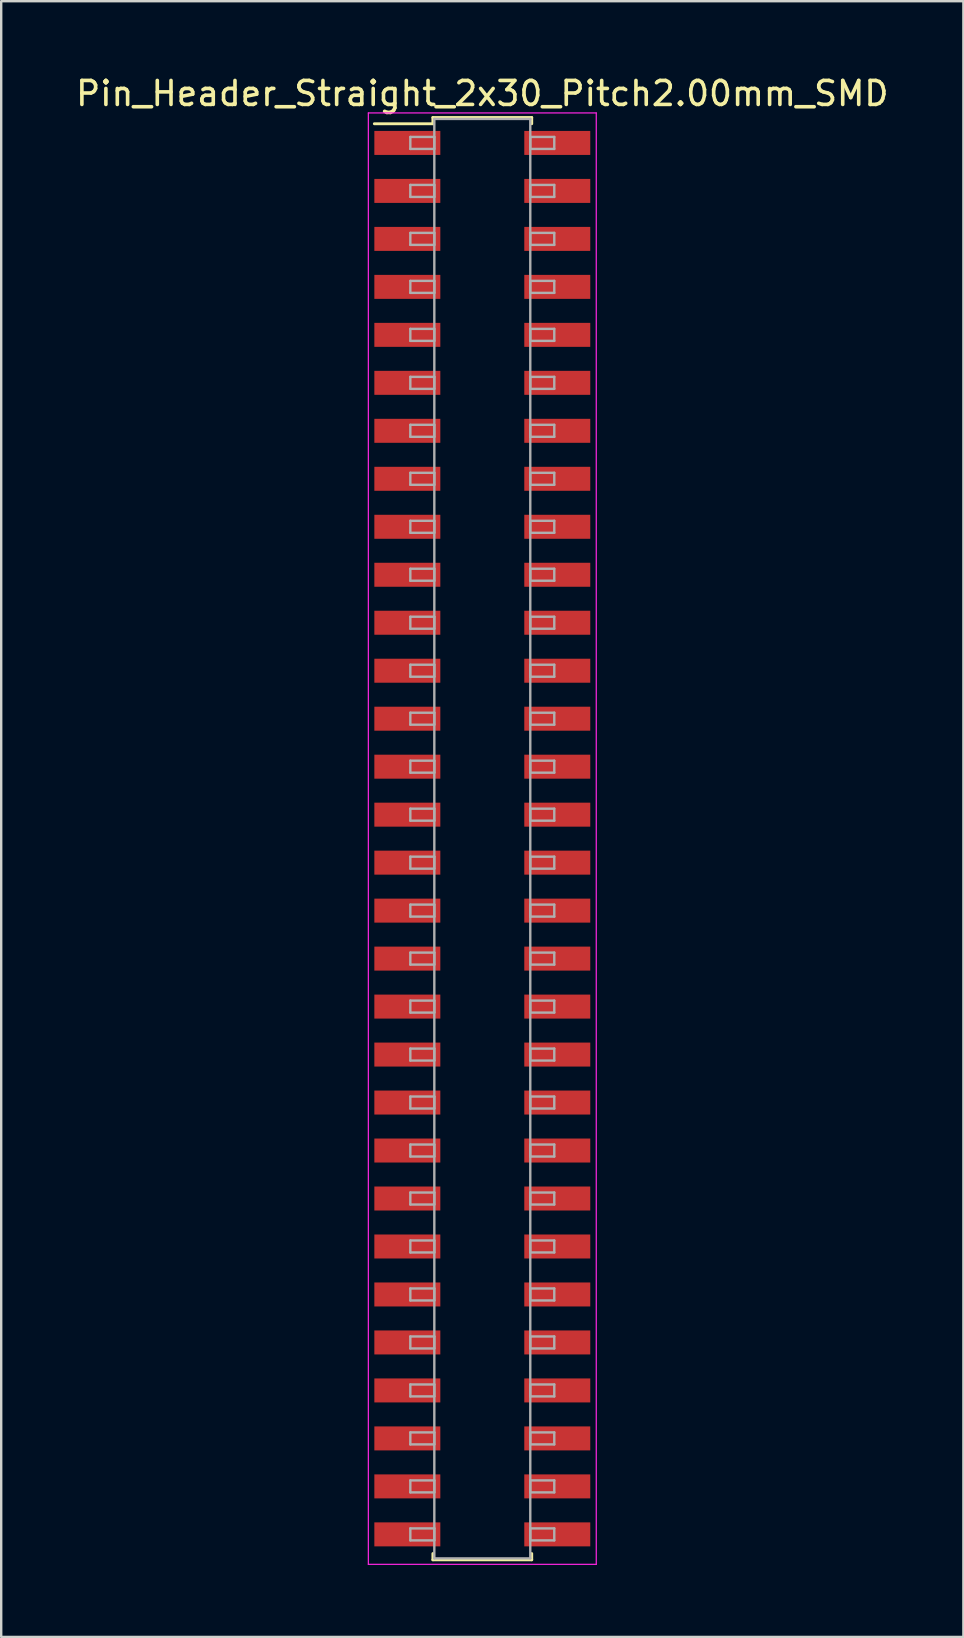
<source format=kicad_pcb>
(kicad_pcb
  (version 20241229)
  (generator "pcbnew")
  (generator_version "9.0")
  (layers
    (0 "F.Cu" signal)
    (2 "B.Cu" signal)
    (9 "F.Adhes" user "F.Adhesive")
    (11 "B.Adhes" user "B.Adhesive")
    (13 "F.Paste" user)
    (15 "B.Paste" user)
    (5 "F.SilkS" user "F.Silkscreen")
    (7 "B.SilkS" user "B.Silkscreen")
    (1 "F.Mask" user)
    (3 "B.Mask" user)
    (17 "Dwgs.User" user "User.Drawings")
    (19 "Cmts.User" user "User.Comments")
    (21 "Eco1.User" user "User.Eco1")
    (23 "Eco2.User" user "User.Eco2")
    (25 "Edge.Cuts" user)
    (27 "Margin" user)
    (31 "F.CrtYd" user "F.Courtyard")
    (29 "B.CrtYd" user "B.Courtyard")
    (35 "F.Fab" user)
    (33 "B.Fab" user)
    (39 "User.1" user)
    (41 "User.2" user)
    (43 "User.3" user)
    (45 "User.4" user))
  (footprint "Pin_Header_Straight_2x30_Pitch2.00mm_SMD"
    (layer "F.Cu")
    (at 17.054 31.908)
    (property "Reference" "Pin_Header_Straight_2x30_Pitch2.00mm_SMD" (at 0 -31.06 0) (layer "F.SilkS") (effects (font (size 1 1) (thickness 0.15))))
    (attr smd)
    (fp_line (start -4.5 -29.8) (end -2.06 -29.8) (stroke (width 0.12) (type solid)) (layer "F.SilkS"))
    (fp_line (start -2.06 -30.06) (end 2.06 -30.06) (stroke (width 0.12) (type solid)) (layer "F.SilkS"))
    (fp_line (start -2.06 -29.8) (end -2.06 -30.06) (stroke (width 0.12) (type solid)) (layer "F.SilkS"))
    (fp_line (start -2.06 29.8) (end -2.06 30.06) (stroke (width 0.12) (type solid)) (layer "F.SilkS"))
    (fp_line (start -2.06 30.06) (end 2.06 30.06) (stroke (width 0.12) (type solid)) (layer "F.SilkS"))
    (fp_line (start 2.06 -30.06) (end 2.06 -29.8) (stroke (width 0.12) (type solid)) (layer "F.SilkS"))
    (fp_line (start 2.06 30.06) (end 2.06 29.8) (stroke (width 0.12) (type solid)) (layer "F.SilkS"))
    (fp_line (start -4.75 -30.25) (end -4.75 30.25) (stroke (width 0.05) (type solid)) (layer "F.CrtYd"))
    (fp_line (start -4.75 30.25) (end 4.75 30.25) (stroke (width 0.05) (type solid)) (layer "F.CrtYd"))
    (fp_line (start 4.75 -30.25) (end -4.75 -30.25) (stroke (width 0.05) (type solid)) (layer "F.CrtYd"))
    (fp_line (start 4.75 30.25) (end 4.75 -30.25) (stroke (width 0.05) (type solid)) (layer "F.CrtYd"))
    (fp_line (start -3 -29.25) (end -2 -29.25) (stroke (width 0.1) (type solid)) (layer "F.Fab"))
    (fp_line (start -3 -28.75) (end -3 -29.25) (stroke (width 0.1) (type solid)) (layer "F.Fab"))
    (fp_line (start -3 -27.25) (end -2 -27.25) (stroke (width 0.1) (type solid)) (layer "F.Fab"))
    (fp_line (start -3 -26.75) (end -3 -27.25) (stroke (width 0.1) (type solid)) (layer "F.Fab"))
    (fp_line (start -3 -25.25) (end -2 -25.25) (stroke (width 0.1) (type solid)) (layer "F.Fab"))
    (fp_line (start -3 -24.75) (end -3 -25.25) (stroke (width 0.1) (type solid)) (layer "F.Fab"))
    (fp_line (start -3 -23.25) (end -2 -23.25) (stroke (width 0.1) (type solid)) (layer "F.Fab"))
    (fp_line (start -3 -22.75) (end -3 -23.25) (stroke (width 0.1) (type solid)) (layer "F.Fab"))
    (fp_line (start -3 -21.25) (end -2 -21.25) (stroke (width 0.1) (type solid)) (layer "F.Fab"))
    (fp_line (start -3 -20.75) (end -3 -21.25) (stroke (width 0.1) (type solid)) (layer "F.Fab"))
    (fp_line (start -3 -19.25) (end -2 -19.25) (stroke (width 0.1) (type solid)) (layer "F.Fab"))
    (fp_line (start -3 -18.75) (end -3 -19.25) (stroke (width 0.1) (type solid)) (layer "F.Fab"))
    (fp_line (start -3 -17.25) (end -2 -17.25) (stroke (width 0.1) (type solid)) (layer "F.Fab"))
    (fp_line (start -3 -16.75) (end -3 -17.25) (stroke (width 0.1) (type solid)) (layer "F.Fab"))
    (fp_line (start -3 -15.25) (end -2 -15.25) (stroke (width 0.1) (type solid)) (layer "F.Fab"))
    (fp_line (start -3 -14.75) (end -3 -15.25) (stroke (width 0.1) (type solid)) (layer "F.Fab"))
    (fp_line (start -3 -13.25) (end -2 -13.25) (stroke (width 0.1) (type solid)) (layer "F.Fab"))
    (fp_line (start -3 -12.75) (end -3 -13.25) (stroke (width 0.1) (type solid)) (layer "F.Fab"))
    (fp_line (start -3 -11.25) (end -2 -11.25) (stroke (width 0.1) (type solid)) (layer "F.Fab"))
    (fp_line (start -3 -10.75) (end -3 -11.25) (stroke (width 0.1) (type solid)) (layer "F.Fab"))
    (fp_line (start -3 -9.25) (end -2 -9.25) (stroke (width 0.1) (type solid)) (layer "F.Fab"))
    (fp_line (start -3 -8.75) (end -3 -9.25) (stroke (width 0.1) (type solid)) (layer "F.Fab"))
    (fp_line (start -3 -7.25) (end -2 -7.25) (stroke (width 0.1) (type solid)) (layer "F.Fab"))
    (fp_line (start -3 -6.75) (end -3 -7.25) (stroke (width 0.1) (type solid)) (layer "F.Fab"))
    (fp_line (start -3 -5.25) (end -2 -5.25) (stroke (width 0.1) (type solid)) (layer "F.Fab"))
    (fp_line (start -3 -4.75) (end -3 -5.25) (stroke (width 0.1) (type solid)) (layer "F.Fab"))
    (fp_line (start -3 -3.25) (end -2 -3.25) (stroke (width 0.1) (type solid)) (layer "F.Fab"))
    (fp_line (start -3 -2.75) (end -3 -3.25) (stroke (width 0.1) (type solid)) (layer "F.Fab"))
    (fp_line (start -3 -1.25) (end -2 -1.25) (stroke (width 0.1) (type solid)) (layer "F.Fab"))
    (fp_line (start -3 -0.75) (end -3 -1.25) (stroke (width 0.1) (type solid)) (layer "F.Fab"))
    (fp_line (start -3 0.75) (end -2 0.75) (stroke (width 0.1) (type solid)) (layer "F.Fab"))
    (fp_line (start -3 1.25) (end -3 0.75) (stroke (width 0.1) (type solid)) (layer "F.Fab"))
    (fp_line (start -3 2.75) (end -2 2.75) (stroke (width 0.1) (type solid)) (layer "F.Fab"))
    (fp_line (start -3 3.25) (end -3 2.75) (stroke (width 0.1) (type solid)) (layer "F.Fab"))
    (fp_line (start -3 4.75) (end -2 4.75) (stroke (width 0.1) (type solid)) (layer "F.Fab"))
    (fp_line (start -3 5.25) (end -3 4.75) (stroke (width 0.1) (type solid)) (layer "F.Fab"))
    (fp_line (start -3 6.75) (end -2 6.75) (stroke (width 0.1) (type solid)) (layer "F.Fab"))
    (fp_line (start -3 7.25) (end -3 6.75) (stroke (width 0.1) (type solid)) (layer "F.Fab"))
    (fp_line (start -3 8.75) (end -2 8.75) (stroke (width 0.1) (type solid)) (layer "F.Fab"))
    (fp_line (start -3 9.25) (end -3 8.75) (stroke (width 0.1) (type solid)) (layer "F.Fab"))
    (fp_line (start -3 10.75) (end -2 10.75) (stroke (width 0.1) (type solid)) (layer "F.Fab"))
    (fp_line (start -3 11.25) (end -3 10.75) (stroke (width 0.1) (type solid)) (layer "F.Fab"))
    (fp_line (start -3 12.75) (end -2 12.75) (stroke (width 0.1) (type solid)) (layer "F.Fab"))
    (fp_line (start -3 13.25) (end -3 12.75) (stroke (width 0.1) (type solid)) (layer "F.Fab"))
    (fp_line (start -3 14.75) (end -2 14.75) (stroke (width 0.1) (type solid)) (layer "F.Fab"))
    (fp_line (start -3 15.25) (end -3 14.75) (stroke (width 0.1) (type solid)) (layer "F.Fab"))
    (fp_line (start -3 16.75) (end -2 16.75) (stroke (width 0.1) (type solid)) (layer "F.Fab"))
    (fp_line (start -3 17.25) (end -3 16.75) (stroke (width 0.1) (type solid)) (layer "F.Fab"))
    (fp_line (start -3 18.75) (end -2 18.75) (stroke (width 0.1) (type solid)) (layer "F.Fab"))
    (fp_line (start -3 19.25) (end -3 18.75) (stroke (width 0.1) (type solid)) (layer "F.Fab"))
    (fp_line (start -3 20.75) (end -2 20.75) (stroke (width 0.1) (type solid)) (layer "F.Fab"))
    (fp_line (start -3 21.25) (end -3 20.75) (stroke (width 0.1) (type solid)) (layer "F.Fab"))
    (fp_line (start -3 22.75) (end -2 22.75) (stroke (width 0.1) (type solid)) (layer "F.Fab"))
    (fp_line (start -3 23.25) (end -3 22.75) (stroke (width 0.1) (type solid)) (layer "F.Fab"))
    (fp_line (start -3 24.75) (end -2 24.75) (stroke (width 0.1) (type solid)) (layer "F.Fab"))
    (fp_line (start -3 25.25) (end -3 24.75) (stroke (width 0.1) (type solid)) (layer "F.Fab"))
    (fp_line (start -3 26.75) (end -2 26.75) (stroke (width 0.1) (type solid)) (layer "F.Fab"))
    (fp_line (start -3 27.25) (end -3 26.75) (stroke (width 0.1) (type solid)) (layer "F.Fab"))
    (fp_line (start -3 28.75) (end -2 28.75) (stroke (width 0.1) (type solid)) (layer "F.Fab"))
    (fp_line (start -3 29.25) (end -3 28.75) (stroke (width 0.1) (type solid)) (layer "F.Fab"))
    (fp_line (start -2 -30) (end -2 30) (stroke (width 0.1) (type solid)) (layer "F.Fab"))
    (fp_line (start -2 -29.25) (end -2 -28.75) (stroke (width 0.1) (type solid)) (layer "F.Fab"))
    (fp_line (start -2 -28.75) (end -3 -28.75) (stroke (width 0.1) (type solid)) (layer "F.Fab"))
    (fp_line (start -2 -27.25) (end -2 -26.75) (stroke (width 0.1) (type solid)) (layer "F.Fab"))
    (fp_line (start -2 -26.75) (end -3 -26.75) (stroke (width 0.1) (type solid)) (layer "F.Fab"))
    (fp_line (start -2 -25.25) (end -2 -24.75) (stroke (width 0.1) (type solid)) (layer "F.Fab"))
    (fp_line (start -2 -24.75) (end -3 -24.75) (stroke (width 0.1) (type solid)) (layer "F.Fab"))
    (fp_line (start -2 -23.25) (end -2 -22.75) (stroke (width 0.1) (type solid)) (layer "F.Fab"))
    (fp_line (start -2 -22.75) (end -3 -22.75) (stroke (width 0.1) (type solid)) (layer "F.Fab"))
    (fp_line (start -2 -21.25) (end -2 -20.75) (stroke (width 0.1) (type solid)) (layer "F.Fab"))
    (fp_line (start -2 -20.75) (end -3 -20.75) (stroke (width 0.1) (type solid)) (layer "F.Fab"))
    (fp_line (start -2 -19.25) (end -2 -18.75) (stroke (width 0.1) (type solid)) (layer "F.Fab"))
    (fp_line (start -2 -18.75) (end -3 -18.75) (stroke (width 0.1) (type solid)) (layer "F.Fab"))
    (fp_line (start -2 -17.25) (end -2 -16.75) (stroke (width 0.1) (type solid)) (layer "F.Fab"))
    (fp_line (start -2 -16.75) (end -3 -16.75) (stroke (width 0.1) (type solid)) (layer "F.Fab"))
    (fp_line (start -2 -15.25) (end -2 -14.75) (stroke (width 0.1) (type solid)) (layer "F.Fab"))
    (fp_line (start -2 -14.75) (end -3 -14.75) (stroke (width 0.1) (type solid)) (layer "F.Fab"))
    (fp_line (start -2 -13.25) (end -2 -12.75) (stroke (width 0.1) (type solid)) (layer "F.Fab"))
    (fp_line (start -2 -12.75) (end -3 -12.75) (stroke (width 0.1) (type solid)) (layer "F.Fab"))
    (fp_line (start -2 -11.25) (end -2 -10.75) (stroke (width 0.1) (type solid)) (layer "F.Fab"))
    (fp_line (start -2 -10.75) (end -3 -10.75) (stroke (width 0.1) (type solid)) (layer "F.Fab"))
    (fp_line (start -2 -9.25) (end -2 -8.75) (stroke (width 0.1) (type solid)) (layer "F.Fab"))
    (fp_line (start -2 -8.75) (end -3 -8.75) (stroke (width 0.1) (type solid)) (layer "F.Fab"))
    (fp_line (start -2 -7.25) (end -2 -6.75) (stroke (width 0.1) (type solid)) (layer "F.Fab"))
    (fp_line (start -2 -6.75) (end -3 -6.75) (stroke (width 0.1) (type solid)) (layer "F.Fab"))
    (fp_line (start -2 -5.25) (end -2 -4.75) (stroke (width 0.1) (type solid)) (layer "F.Fab"))
    (fp_line (start -2 -4.75) (end -3 -4.75) (stroke (width 0.1) (type solid)) (layer "F.Fab"))
    (fp_line (start -2 -3.25) (end -2 -2.75) (stroke (width 0.1) (type solid)) (layer "F.Fab"))
    (fp_line (start -2 -2.75) (end -3 -2.75) (stroke (width 0.1) (type solid)) (layer "F.Fab"))
    (fp_line (start -2 -1.25) (end -2 -0.75) (stroke (width 0.1) (type solid)) (layer "F.Fab"))
    (fp_line (start -2 -0.75) (end -3 -0.75) (stroke (width 0.1) (type solid)) (layer "F.Fab"))
    (fp_line (start -2 0.75) (end -2 1.25) (stroke (width 0.1) (type solid)) (layer "F.Fab"))
    (fp_line (start -2 1.25) (end -3 1.25) (stroke (width 0.1) (type solid)) (layer "F.Fab"))
    (fp_line (start -2 2.75) (end -2 3.25) (stroke (width 0.1) (type solid)) (layer "F.Fab"))
    (fp_line (start -2 3.25) (end -3 3.25) (stroke (width 0.1) (type solid)) (layer "F.Fab"))
    (fp_line (start -2 4.75) (end -2 5.25) (stroke (width 0.1) (type solid)) (layer "F.Fab"))
    (fp_line (start -2 5.25) (end -3 5.25) (stroke (width 0.1) (type solid)) (layer "F.Fab"))
    (fp_line (start -2 6.75) (end -2 7.25) (stroke (width 0.1) (type solid)) (layer "F.Fab"))
    (fp_line (start -2 7.25) (end -3 7.25) (stroke (width 0.1) (type solid)) (layer "F.Fab"))
    (fp_line (start -2 8.75) (end -2 9.25) (stroke (width 0.1) (type solid)) (layer "F.Fab"))
    (fp_line (start -2 9.25) (end -3 9.25) (stroke (width 0.1) (type solid)) (layer "F.Fab"))
    (fp_line (start -2 10.75) (end -2 11.25) (stroke (width 0.1) (type solid)) (layer "F.Fab"))
    (fp_line (start -2 11.25) (end -3 11.25) (stroke (width 0.1) (type solid)) (layer "F.Fab"))
    (fp_line (start -2 12.75) (end -2 13.25) (stroke (width 0.1) (type solid)) (layer "F.Fab"))
    (fp_line (start -2 13.25) (end -3 13.25) (stroke (width 0.1) (type solid)) (layer "F.Fab"))
    (fp_line (start -2 14.75) (end -2 15.25) (stroke (width 0.1) (type solid)) (layer "F.Fab"))
    (fp_line (start -2 15.25) (end -3 15.25) (stroke (width 0.1) (type solid)) (layer "F.Fab"))
    (fp_line (start -2 16.75) (end -2 17.25) (stroke (width 0.1) (type solid)) (layer "F.Fab"))
    (fp_line (start -2 17.25) (end -3 17.25) (stroke (width 0.1) (type solid)) (layer "F.Fab"))
    (fp_line (start -2 18.75) (end -2 19.25) (stroke (width 0.1) (type solid)) (layer "F.Fab"))
    (fp_line (start -2 19.25) (end -3 19.25) (stroke (width 0.1) (type solid)) (layer "F.Fab"))
    (fp_line (start -2 20.75) (end -2 21.25) (stroke (width 0.1) (type solid)) (layer "F.Fab"))
    (fp_line (start -2 21.25) (end -3 21.25) (stroke (width 0.1) (type solid)) (layer "F.Fab"))
    (fp_line (start -2 22.75) (end -2 23.25) (stroke (width 0.1) (type solid)) (layer "F.Fab"))
    (fp_line (start -2 23.25) (end -3 23.25) (stroke (width 0.1) (type solid)) (layer "F.Fab"))
    (fp_line (start -2 24.75) (end -2 25.25) (stroke (width 0.1) (type solid)) (layer "F.Fab"))
    (fp_line (start -2 25.25) (end -3 25.25) (stroke (width 0.1) (type solid)) (layer "F.Fab"))
    (fp_line (start -2 26.75) (end -2 27.25) (stroke (width 0.1) (type solid)) (layer "F.Fab"))
    (fp_line (start -2 27.25) (end -3 27.25) (stroke (width 0.1) (type solid)) (layer "F.Fab"))
    (fp_line (start -2 28.75) (end -2 29.25) (stroke (width 0.1) (type solid)) (layer "F.Fab"))
    (fp_line (start -2 29.25) (end -3 29.25) (stroke (width 0.1) (type solid)) (layer "F.Fab"))
    (fp_line (start -2 30) (end 2 30) (stroke (width 0.1) (type solid)) (layer "F.Fab"))
    (fp_line (start 2 -30) (end -2 -30) (stroke (width 0.1) (type solid)) (layer "F.Fab"))
    (fp_line (start 2 -29.25) (end 2 -28.75) (stroke (width 0.1) (type solid)) (layer "F.Fab"))
    (fp_line (start 2 -28.75) (end 3 -28.75) (stroke (width 0.1) (type solid)) (layer "F.Fab"))
    (fp_line (start 2 -27.25) (end 2 -26.75) (stroke (width 0.1) (type solid)) (layer "F.Fab"))
    (fp_line (start 2 -26.75) (end 3 -26.75) (stroke (width 0.1) (type solid)) (layer "F.Fab"))
    (fp_line (start 2 -25.25) (end 2 -24.75) (stroke (width 0.1) (type solid)) (layer "F.Fab"))
    (fp_line (start 2 -24.75) (end 3 -24.75) (stroke (width 0.1) (type solid)) (layer "F.Fab"))
    (fp_line (start 2 -23.25) (end 2 -22.75) (stroke (width 0.1) (type solid)) (layer "F.Fab"))
    (fp_line (start 2 -22.75) (end 3 -22.75) (stroke (width 0.1) (type solid)) (layer "F.Fab"))
    (fp_line (start 2 -21.25) (end 2 -20.75) (stroke (width 0.1) (type solid)) (layer "F.Fab"))
    (fp_line (start 2 -20.75) (end 3 -20.75) (stroke (width 0.1) (type solid)) (layer "F.Fab"))
    (fp_line (start 2 -19.25) (end 2 -18.75) (stroke (width 0.1) (type solid)) (layer "F.Fab"))
    (fp_line (start 2 -18.75) (end 3 -18.75) (stroke (width 0.1) (type solid)) (layer "F.Fab"))
    (fp_line (start 2 -17.25) (end 2 -16.75) (stroke (width 0.1) (type solid)) (layer "F.Fab"))
    (fp_line (start 2 -16.75) (end 3 -16.75) (stroke (width 0.1) (type solid)) (layer "F.Fab"))
    (fp_line (start 2 -15.25) (end 2 -14.75) (stroke (width 0.1) (type solid)) (layer "F.Fab"))
    (fp_line (start 2 -14.75) (end 3 -14.75) (stroke (width 0.1) (type solid)) (layer "F.Fab"))
    (fp_line (start 2 -13.25) (end 2 -12.75) (stroke (width 0.1) (type solid)) (layer "F.Fab"))
    (fp_line (start 2 -12.75) (end 3 -12.75) (stroke (width 0.1) (type solid)) (layer "F.Fab"))
    (fp_line (start 2 -11.25) (end 2 -10.75) (stroke (width 0.1) (type solid)) (layer "F.Fab"))
    (fp_line (start 2 -10.75) (end 3 -10.75) (stroke (width 0.1) (type solid)) (layer "F.Fab"))
    (fp_line (start 2 -9.25) (end 2 -8.75) (stroke (width 0.1) (type solid)) (layer "F.Fab"))
    (fp_line (start 2 -8.75) (end 3 -8.75) (stroke (width 0.1) (type solid)) (layer "F.Fab"))
    (fp_line (start 2 -7.25) (end 2 -6.75) (stroke (width 0.1) (type solid)) (layer "F.Fab"))
    (fp_line (start 2 -6.75) (end 3 -6.75) (stroke (width 0.1) (type solid)) (layer "F.Fab"))
    (fp_line (start 2 -5.25) (end 2 -4.75) (stroke (width 0.1) (type solid)) (layer "F.Fab"))
    (fp_line (start 2 -4.75) (end 3 -4.75) (stroke (width 0.1) (type solid)) (layer "F.Fab"))
    (fp_line (start 2 -3.25) (end 2 -2.75) (stroke (width 0.1) (type solid)) (layer "F.Fab"))
    (fp_line (start 2 -2.75) (end 3 -2.75) (stroke (width 0.1) (type solid)) (layer "F.Fab"))
    (fp_line (start 2 -1.25) (end 2 -0.75) (stroke (width 0.1) (type solid)) (layer "F.Fab"))
    (fp_line (start 2 -0.75) (end 3 -0.75) (stroke (width 0.1) (type solid)) (layer "F.Fab"))
    (fp_line (start 2 0.75) (end 2 1.25) (stroke (width 0.1) (type solid)) (layer "F.Fab"))
    (fp_line (start 2 1.25) (end 3 1.25) (stroke (width 0.1) (type solid)) (layer "F.Fab"))
    (fp_line (start 2 2.75) (end 2 3.25) (stroke (width 0.1) (type solid)) (layer "F.Fab"))
    (fp_line (start 2 3.25) (end 3 3.25) (stroke (width 0.1) (type solid)) (layer "F.Fab"))
    (fp_line (start 2 4.75) (end 2 5.25) (stroke (width 0.1) (type solid)) (layer "F.Fab"))
    (fp_line (start 2 5.25) (end 3 5.25) (stroke (width 0.1) (type solid)) (layer "F.Fab"))
    (fp_line (start 2 6.75) (end 2 7.25) (stroke (width 0.1) (type solid)) (layer "F.Fab"))
    (fp_line (start 2 7.25) (end 3 7.25) (stroke (width 0.1) (type solid)) (layer "F.Fab"))
    (fp_line (start 2 8.75) (end 2 9.25) (stroke (width 0.1) (type solid)) (layer "F.Fab"))
    (fp_line (start 2 9.25) (end 3 9.25) (stroke (width 0.1) (type solid)) (layer "F.Fab"))
    (fp_line (start 2 10.75) (end 2 11.25) (stroke (width 0.1) (type solid)) (layer "F.Fab"))
    (fp_line (start 2 11.25) (end 3 11.25) (stroke (width 0.1) (type solid)) (layer "F.Fab"))
    (fp_line (start 2 12.75) (end 2 13.25) (stroke (width 0.1) (type solid)) (layer "F.Fab"))
    (fp_line (start 2 13.25) (end 3 13.25) (stroke (width 0.1) (type solid)) (layer "F.Fab"))
    (fp_line (start 2 14.75) (end 2 15.25) (stroke (width 0.1) (type solid)) (layer "F.Fab"))
    (fp_line (start 2 15.25) (end 3 15.25) (stroke (width 0.1) (type solid)) (layer "F.Fab"))
    (fp_line (start 2 16.75) (end 2 17.25) (stroke (width 0.1) (type solid)) (layer "F.Fab"))
    (fp_line (start 2 17.25) (end 3 17.25) (stroke (width 0.1) (type solid)) (layer "F.Fab"))
    (fp_line (start 2 18.75) (end 2 19.25) (stroke (width 0.1) (type solid)) (layer "F.Fab"))
    (fp_line (start 2 19.25) (end 3 19.25) (stroke (width 0.1) (type solid)) (layer "F.Fab"))
    (fp_line (start 2 20.75) (end 2 21.25) (stroke (width 0.1) (type solid)) (layer "F.Fab"))
    (fp_line (start 2 21.25) (end 3 21.25) (stroke (width 0.1) (type solid)) (layer "F.Fab"))
    (fp_line (start 2 22.75) (end 2 23.25) (stroke (width 0.1) (type solid)) (layer "F.Fab"))
    (fp_line (start 2 23.25) (end 3 23.25) (stroke (width 0.1) (type solid)) (layer "F.Fab"))
    (fp_line (start 2 24.75) (end 2 25.25) (stroke (width 0.1) (type solid)) (layer "F.Fab"))
    (fp_line (start 2 25.25) (end 3 25.25) (stroke (width 0.1) (type solid)) (layer "F.Fab"))
    (fp_line (start 2 26.75) (end 2 27.25) (stroke (width 0.1) (type solid)) (layer "F.Fab"))
    (fp_line (start 2 27.25) (end 3 27.25) (stroke (width 0.1) (type solid)) (layer "F.Fab"))
    (fp_line (start 2 28.75) (end 2 29.25) (stroke (width 0.1) (type solid)) (layer "F.Fab"))
    (fp_line (start 2 29.25) (end 3 29.25) (stroke (width 0.1) (type solid)) (layer "F.Fab"))
    (fp_line (start 2 30) (end 2 -30) (stroke (width 0.1) (type solid)) (layer "F.Fab"))
    (fp_line (start 3 -29.25) (end 2 -29.25) (stroke (width 0.1) (type solid)) (layer "F.Fab"))
    (fp_line (start 3 -28.75) (end 3 -29.25) (stroke (width 0.1) (type solid)) (layer "F.Fab"))
    (fp_line (start 3 -27.25) (end 2 -27.25) (stroke (width 0.1) (type solid)) (layer "F.Fab"))
    (fp_line (start 3 -26.75) (end 3 -27.25) (stroke (width 0.1) (type solid)) (layer "F.Fab"))
    (fp_line (start 3 -25.25) (end 2 -25.25) (stroke (width 0.1) (type solid)) (layer "F.Fab"))
    (fp_line (start 3 -24.75) (end 3 -25.25) (stroke (width 0.1) (type solid)) (layer "F.Fab"))
    (fp_line (start 3 -23.25) (end 2 -23.25) (stroke (width 0.1) (type solid)) (layer "F.Fab"))
    (fp_line (start 3 -22.75) (end 3 -23.25) (stroke (width 0.1) (type solid)) (layer "F.Fab"))
    (fp_line (start 3 -21.25) (end 2 -21.25) (stroke (width 0.1) (type solid)) (layer "F.Fab"))
    (fp_line (start 3 -20.75) (end 3 -21.25) (stroke (width 0.1) (type solid)) (layer "F.Fab"))
    (fp_line (start 3 -19.25) (end 2 -19.25) (stroke (width 0.1) (type solid)) (layer "F.Fab"))
    (fp_line (start 3 -18.75) (end 3 -19.25) (stroke (width 0.1) (type solid)) (layer "F.Fab"))
    (fp_line (start 3 -17.25) (end 2 -17.25) (stroke (width 0.1) (type solid)) (layer "F.Fab"))
    (fp_line (start 3 -16.75) (end 3 -17.25) (stroke (width 0.1) (type solid)) (layer "F.Fab"))
    (fp_line (start 3 -15.25) (end 2 -15.25) (stroke (width 0.1) (type solid)) (layer "F.Fab"))
    (fp_line (start 3 -14.75) (end 3 -15.25) (stroke (width 0.1) (type solid)) (layer "F.Fab"))
    (fp_line (start 3 -13.25) (end 2 -13.25) (stroke (width 0.1) (type solid)) (layer "F.Fab"))
    (fp_line (start 3 -12.75) (end 3 -13.25) (stroke (width 0.1) (type solid)) (layer "F.Fab"))
    (fp_line (start 3 -11.25) (end 2 -11.25) (stroke (width 0.1) (type solid)) (layer "F.Fab"))
    (fp_line (start 3 -10.75) (end 3 -11.25) (stroke (width 0.1) (type solid)) (layer "F.Fab"))
    (fp_line (start 3 -9.25) (end 2 -9.25) (stroke (width 0.1) (type solid)) (layer "F.Fab"))
    (fp_line (start 3 -8.75) (end 3 -9.25) (stroke (width 0.1) (type solid)) (layer "F.Fab"))
    (fp_line (start 3 -7.25) (end 2 -7.25) (stroke (width 0.1) (type solid)) (layer "F.Fab"))
    (fp_line (start 3 -6.75) (end 3 -7.25) (stroke (width 0.1) (type solid)) (layer "F.Fab"))
    (fp_line (start 3 -5.25) (end 2 -5.25) (stroke (width 0.1) (type solid)) (layer "F.Fab"))
    (fp_line (start 3 -4.75) (end 3 -5.25) (stroke (width 0.1) (type solid)) (layer "F.Fab"))
    (fp_line (start 3 -3.25) (end 2 -3.25) (stroke (width 0.1) (type solid)) (layer "F.Fab"))
    (fp_line (start 3 -2.75) (end 3 -3.25) (stroke (width 0.1) (type solid)) (layer "F.Fab"))
    (fp_line (start 3 -1.25) (end 2 -1.25) (stroke (width 0.1) (type solid)) (layer "F.Fab"))
    (fp_line (start 3 -0.75) (end 3 -1.25) (stroke (width 0.1) (type solid)) (layer "F.Fab"))
    (fp_line (start 3 0.75) (end 2 0.75) (stroke (width 0.1) (type solid)) (layer "F.Fab"))
    (fp_line (start 3 1.25) (end 3 0.75) (stroke (width 0.1) (type solid)) (layer "F.Fab"))
    (fp_line (start 3 2.75) (end 2 2.75) (stroke (width 0.1) (type solid)) (layer "F.Fab"))
    (fp_line (start 3 3.25) (end 3 2.75) (stroke (width 0.1) (type solid)) (layer "F.Fab"))
    (fp_line (start 3 4.75) (end 2 4.75) (stroke (width 0.1) (type solid)) (layer "F.Fab"))
    (fp_line (start 3 5.25) (end 3 4.75) (stroke (width 0.1) (type solid)) (layer "F.Fab"))
    (fp_line (start 3 6.75) (end 2 6.75) (stroke (width 0.1) (type solid)) (layer "F.Fab"))
    (fp_line (start 3 7.25) (end 3 6.75) (stroke (width 0.1) (type solid)) (layer "F.Fab"))
    (fp_line (start 3 8.75) (end 2 8.75) (stroke (width 0.1) (type solid)) (layer "F.Fab"))
    (fp_line (start 3 9.25) (end 3 8.75) (stroke (width 0.1) (type solid)) (layer "F.Fab"))
    (fp_line (start 3 10.75) (end 2 10.75) (stroke (width 0.1) (type solid)) (layer "F.Fab"))
    (fp_line (start 3 11.25) (end 3 10.75) (stroke (width 0.1) (type solid)) (layer "F.Fab"))
    (fp_line (start 3 12.75) (end 2 12.75) (stroke (width 0.1) (type solid)) (layer "F.Fab"))
    (fp_line (start 3 13.25) (end 3 12.75) (stroke (width 0.1) (type solid)) (layer "F.Fab"))
    (fp_line (start 3 14.75) (end 2 14.75) (stroke (width 0.1) (type solid)) (layer "F.Fab"))
    (fp_line (start 3 15.25) (end 3 14.75) (stroke (width 0.1) (type solid)) (layer "F.Fab"))
    (fp_line (start 3 16.75) (end 2 16.75) (stroke (width 0.1) (type solid)) (layer "F.Fab"))
    (fp_line (start 3 17.25) (end 3 16.75) (stroke (width 0.1) (type solid)) (layer "F.Fab"))
    (fp_line (start 3 18.75) (end 2 18.75) (stroke (width 0.1) (type solid)) (layer "F.Fab"))
    (fp_line (start 3 19.25) (end 3 18.75) (stroke (width 0.1) (type solid)) (layer "F.Fab"))
    (fp_line (start 3 20.75) (end 2 20.75) (stroke (width 0.1) (type solid)) (layer "F.Fab"))
    (fp_line (start 3 21.25) (end 3 20.75) (stroke (width 0.1) (type solid)) (layer "F.Fab"))
    (fp_line (start 3 22.75) (end 2 22.75) (stroke (width 0.1) (type solid)) (layer "F.Fab"))
    (fp_line (start 3 23.25) (end 3 22.75) (stroke (width 0.1) (type solid)) (layer "F.Fab"))
    (fp_line (start 3 24.75) (end 2 24.75) (stroke (width 0.1) (type solid)) (layer "F.Fab"))
    (fp_line (start 3 25.25) (end 3 24.75) (stroke (width 0.1) (type solid)) (layer "F.Fab"))
    (fp_line (start 3 26.75) (end 2 26.75) (stroke (width 0.1) (type solid)) (layer "F.Fab"))
    (fp_line (start 3 27.25) (end 3 26.75) (stroke (width 0.1) (type solid)) (layer "F.Fab"))
    (fp_line (start 3 28.75) (end 2 28.75) (stroke (width 0.1) (type solid)) (layer "F.Fab"))
    (fp_line (start 3 29.25) (end 3 28.75) (stroke (width 0.1) (type solid)) (layer "F.Fab"))
    (pad "1" smd rect (at -3.125 -29) (size 2.75 1) (layers "F.Cu" "F.Mask"))
    (pad "2" smd rect (at 3.125 -29) (size 2.75 1) (layers "F.Cu" "F.Mask"))
    (pad "3" smd rect (at -3.125 -27) (size 2.75 1) (layers "F.Cu" "F.Mask"))
    (pad "4" smd rect (at 3.125 -27) (size 2.75 1) (layers "F.Cu" "F.Mask"))
    (pad "5" smd rect (at -3.125 -25) (size 2.75 1) (layers "F.Cu" "F.Mask"))
    (pad "6" smd rect (at 3.125 -25) (size 2.75 1) (layers "F.Cu" "F.Mask"))
    (pad "7" smd rect (at -3.125 -23) (size 2.75 1) (layers "F.Cu" "F.Mask"))
    (pad "8" smd rect (at 3.125 -23) (size 2.75 1) (layers "F.Cu" "F.Mask"))
    (pad "9" smd rect (at -3.125 -21) (size 2.75 1) (layers "F.Cu" "F.Mask"))
    (pad "10" smd rect (at 3.125 -21) (size 2.75 1) (layers "F.Cu" "F.Mask"))
    (pad "11" smd rect (at -3.125 -19) (size 2.75 1) (layers "F.Cu" "F.Mask"))
    (pad "12" smd rect (at 3.125 -19) (size 2.75 1) (layers "F.Cu" "F.Mask"))
    (pad "13" smd rect (at -3.125 -17) (size 2.75 1) (layers "F.Cu" "F.Mask"))
    (pad "14" smd rect (at 3.125 -17) (size 2.75 1) (layers "F.Cu" "F.Mask"))
    (pad "15" smd rect (at -3.125 -15) (size 2.75 1) (layers "F.Cu" "F.Mask"))
    (pad "16" smd rect (at 3.125 -15) (size 2.75 1) (layers "F.Cu" "F.Mask"))
    (pad "17" smd rect (at -3.125 -13) (size 2.75 1) (layers "F.Cu" "F.Mask"))
    (pad "18" smd rect (at 3.125 -13) (size 2.75 1) (layers "F.Cu" "F.Mask"))
    (pad "19" smd rect (at -3.125 -11) (size 2.75 1) (layers "F.Cu" "F.Mask"))
    (pad "20" smd rect (at 3.125 -11) (size 2.75 1) (layers "F.Cu" "F.Mask"))
    (pad "21" smd rect (at -3.125 -9) (size 2.75 1) (layers "F.Cu" "F.Mask"))
    (pad "22" smd rect (at 3.125 -9) (size 2.75 1) (layers "F.Cu" "F.Mask"))
    (pad "23" smd rect (at -3.125 -7) (size 2.75 1) (layers "F.Cu" "F.Mask"))
    (pad "24" smd rect (at 3.125 -7) (size 2.75 1) (layers "F.Cu" "F.Mask"))
    (pad "25" smd rect (at -3.125 -5) (size 2.75 1) (layers "F.Cu" "F.Mask"))
    (pad "26" smd rect (at 3.125 -5) (size 2.75 1) (layers "F.Cu" "F.Mask"))
    (pad "27" smd rect (at -3.125 -3) (size 2.75 1) (layers "F.Cu" "F.Mask"))
    (pad "28" smd rect (at 3.125 -3) (size 2.75 1) (layers "F.Cu" "F.Mask"))
    (pad "29" smd rect (at -3.125 -1) (size 2.75 1) (layers "F.Cu" "F.Mask"))
    (pad "30" smd rect (at 3.125 -1) (size 2.75 1) (layers "F.Cu" "F.Mask"))
    (pad "31" smd rect (at -3.125 1) (size 2.75 1) (layers "F.Cu" "F.Mask"))
    (pad "32" smd rect (at 3.125 1) (size 2.75 1) (layers "F.Cu" "F.Mask"))
    (pad "33" smd rect (at -3.125 3) (size 2.75 1) (layers "F.Cu" "F.Mask"))
    (pad "34" smd rect (at 3.125 3) (size 2.75 1) (layers "F.Cu" "F.Mask"))
    (pad "35" smd rect (at -3.125 5) (size 2.75 1) (layers "F.Cu" "F.Mask"))
    (pad "36" smd rect (at 3.125 5) (size 2.75 1) (layers "F.Cu" "F.Mask"))
    (pad "37" smd rect (at -3.125 7) (size 2.75 1) (layers "F.Cu" "F.Mask"))
    (pad "38" smd rect (at 3.125 7) (size 2.75 1) (layers "F.Cu" "F.Mask"))
    (pad "39" smd rect (at -3.125 9) (size 2.75 1) (layers "F.Cu" "F.Mask"))
    (pad "40" smd rect (at 3.125 9) (size 2.75 1) (layers "F.Cu" "F.Mask"))
    (pad "41" smd rect (at -3.125 11) (size 2.75 1) (layers "F.Cu" "F.Mask"))
    (pad "42" smd rect (at 3.125 11) (size 2.75 1) (layers "F.Cu" "F.Mask"))
    (pad "43" smd rect (at -3.125 13) (size 2.75 1) (layers "F.Cu" "F.Mask"))
    (pad "44" smd rect (at 3.125 13) (size 2.75 1) (layers "F.Cu" "F.Mask"))
    (pad "45" smd rect (at -3.125 15) (size 2.75 1) (layers "F.Cu" "F.Mask"))
    (pad "46" smd rect (at 3.125 15) (size 2.75 1) (layers "F.Cu" "F.Mask"))
    (pad "47" smd rect (at -3.125 17) (size 2.75 1) (layers "F.Cu" "F.Mask"))
    (pad "48" smd rect (at 3.125 17) (size 2.75 1) (layers "F.Cu" "F.Mask"))
    (pad "49" smd rect (at -3.125 19) (size 2.75 1) (layers "F.Cu" "F.Mask"))
    (pad "50" smd rect (at 3.125 19) (size 2.75 1) (layers "F.Cu" "F.Mask"))
    (pad "51" smd rect (at -3.125 21) (size 2.75 1) (layers "F.Cu" "F.Mask"))
    (pad "52" smd rect (at 3.125 21) (size 2.75 1) (layers "F.Cu" "F.Mask"))
    (pad "53" smd rect (at -3.125 23) (size 2.75 1) (layers "F.Cu" "F.Mask"))
    (pad "54" smd rect (at 3.125 23) (size 2.75 1) (layers "F.Cu" "F.Mask"))
    (pad "55" smd rect (at -3.125 25) (size 2.75 1) (layers "F.Cu" "F.Mask"))
    (pad "56" smd rect (at 3.125 25) (size 2.75 1) (layers "F.Cu" "F.Mask"))
    (pad "57" smd rect (at -3.125 27) (size 2.75 1) (layers "F.Cu" "F.Mask"))
    (pad "58" smd rect (at 3.125 27) (size 2.75 1) (layers "F.Cu" "F.Mask"))
    (pad "59" smd rect (at -3.125 29) (size 2.75 1) (layers "F.Cu" "F.Mask"))
    (pad "60" smd rect (at 3.125 29) (size 2.75 1) (layers "F.Cu" "F.Mask")))
  (gr_rect
    (start -3 -3)
    (end 37.107 65.183)
    (stroke (width 0.1) (type default))
    (fill no)
    (layer "Edge.Cuts")))
</source>
